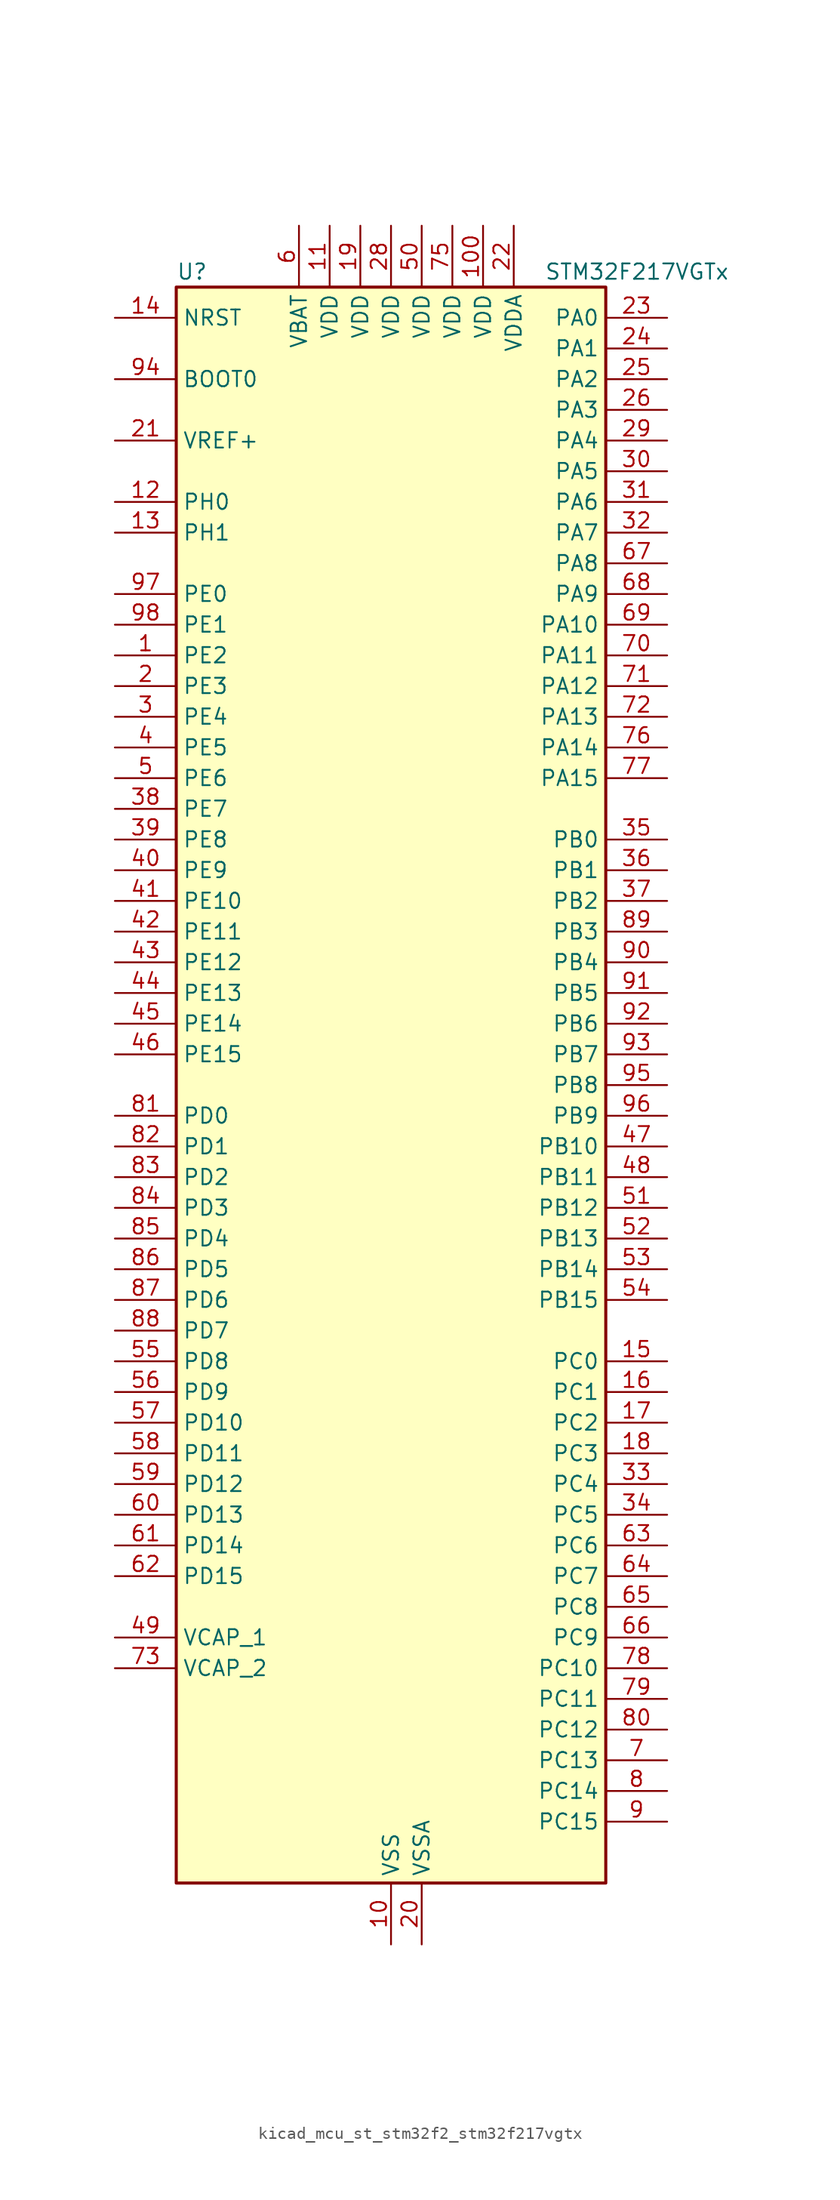
<source format=kicad_sym>
(kicad_symbol_lib
  (version 20220914)
  (generator kicad_symbol_editor)
  (symbol "kicad_mcu_st_stm32f2_stm32f217vgtx"
    (property "Reference" "U"
      (at -17.78 67.31 0)
      (effects (font (size 1.27 1.27)) (justify left)))
    (property "Value" "STM32F217VGTx"
      (at 12.7 67.31 0)
      (effects (font (size 1.27 1.27)) (justify left)))
    (property "ki_locked" ""
      (at 0 0 0)
      (effects (font (size 1.27 1.27))))
    (symbol "kicad_mcu_st_stm32f2_stm32f217vgtx_0_1"
      (rectangle (start -17.78 -66.04) (end 17.78 66.04) (stroke (width 0.254) (type default)) (fill (type background))))
    (symbol "kicad_mcu_st_stm32f2_stm32f217vgtx_1_1"
      (pin bidirectional line (at -22.86 35.56 0) (length 5.08) (name "PE2" (effects (font (size 1.27 1.27)))) (number "1" (effects (font (size 1.27 1.27)))) (alternate "ETH_TXD3" bidirectional line) (alternate "FSMC_A23" bidirectional line) (alternate "SYS_TRACECLK" bidirectional line))
      (pin power_in line (at 0 -71.12 90) (length 5.08) (name "VSS" (effects (font (size 1.27 1.27)))) (number "10" (effects (font (size 1.27 1.27)))))
      (pin power_in line (at 7.62 71.12 270) (length 5.08) (name "VDD" (effects (font (size 1.27 1.27)))) (number "100" (effects (font (size 1.27 1.27)))))
      (pin power_in line (at -5.08 71.12 270) (length 5.08) (name "VDD" (effects (font (size 1.27 1.27)))) (number "11" (effects (font (size 1.27 1.27)))))
      (pin bidirectional line (at -22.86 48.26 0) (length 5.08) (name "PH0" (effects (font (size 1.27 1.27)))) (number "12" (effects (font (size 1.27 1.27)))) (alternate "RCC_OSC_IN" bidirectional line))
      (pin bidirectional line (at -22.86 45.72 0) (length 5.08) (name "PH1" (effects (font (size 1.27 1.27)))) (number "13" (effects (font (size 1.27 1.27)))) (alternate "RCC_OSC_OUT" bidirectional line))
      (pin input line (at -22.86 63.5 0) (length 5.08) (name "NRST" (effects (font (size 1.27 1.27)))) (number "14" (effects (font (size 1.27 1.27)))))
      (pin bidirectional line (at 22.86 -22.86 180) (length 5.08) (name "PC0" (effects (font (size 1.27 1.27)))) (number "15" (effects (font (size 1.27 1.27)))) (alternate "ADC1_IN10" bidirectional line) (alternate "ADC2_IN10" bidirectional line) (alternate "ADC3_IN10" bidirectional line) (alternate "USB_OTG_HS_ULPI_STP" bidirectional line))
      (pin bidirectional line (at 22.86 -25.4 180) (length 5.08) (name "PC1" (effects (font (size 1.27 1.27)))) (number "16" (effects (font (size 1.27 1.27)))) (alternate "ADC1_IN11" bidirectional line) (alternate "ADC2_IN11" bidirectional line) (alternate "ADC3_IN11" bidirectional line) (alternate "ETH_MDC" bidirectional line))
      (pin bidirectional line (at 22.86 -27.94 180) (length 5.08) (name "PC2" (effects (font (size 1.27 1.27)))) (number "17" (effects (font (size 1.27 1.27)))) (alternate "ADC1_IN12" bidirectional line) (alternate "ADC2_IN12" bidirectional line) (alternate "ADC3_IN12" bidirectional line) (alternate "ETH_TXD2" bidirectional line) (alternate "SPI2_MISO" bidirectional line) (alternate "USB_OTG_HS_ULPI_DIR" bidirectional line))
      (pin bidirectional line (at 22.86 -30.48 180) (length 5.08) (name "PC3" (effects (font (size 1.27 1.27)))) (number "18" (effects (font (size 1.27 1.27)))) (alternate "ADC1_IN13" bidirectional line) (alternate "ADC2_IN13" bidirectional line) (alternate "ADC3_IN13" bidirectional line) (alternate "ETH_TX_CLK" bidirectional line) (alternate "I2S2_SD" bidirectional line) (alternate "SPI2_MOSI" bidirectional line) (alternate "USB_OTG_HS_ULPI_NXT" bidirectional line))
      (pin power_in line (at -2.54 71.12 270) (length 5.08) (name "VDD" (effects (font (size 1.27 1.27)))) (number "19" (effects (font (size 1.27 1.27)))))
      (pin bidirectional line (at -22.86 33.02 0) (length 5.08) (name "PE3" (effects (font (size 1.27 1.27)))) (number "2" (effects (font (size 1.27 1.27)))) (alternate "FSMC_A19" bidirectional line) (alternate "SYS_TRACED0" bidirectional line))
      (pin power_in line (at 2.54 -71.12 90) (length 5.08) (name "VSSA" (effects (font (size 1.27 1.27)))) (number "20" (effects (font (size 1.27 1.27)))))
      (pin input line (at -22.86 53.34 0) (length 5.08) (name "VREF+" (effects (font (size 1.27 1.27)))) (number "21" (effects (font (size 1.27 1.27)))))
      (pin power_in line (at 10.16 71.12 270) (length 5.08) (name "VDDA" (effects (font (size 1.27 1.27)))) (number "22" (effects (font (size 1.27 1.27)))))
      (pin bidirectional line (at 22.86 63.5 180) (length 5.08) (name "PA0" (effects (font (size 1.27 1.27)))) (number "23" (effects (font (size 1.27 1.27)))) (alternate "ADC1_IN0" bidirectional line) (alternate "ADC2_IN0" bidirectional line) (alternate "ADC3_IN0" bidirectional line) (alternate "ETH_CRS" bidirectional line) (alternate "SYS_WKUP" bidirectional line) (alternate "TIM2_CH1" bidirectional line) (alternate "TIM2_ETR" bidirectional line) (alternate "TIM5_CH1" bidirectional line) (alternate "TIM8_ETR" bidirectional line) (alternate "UART4_TX" bidirectional line) (alternate "USART2_CTS" bidirectional line))
      (pin bidirectional line (at 22.86 60.96 180) (length 5.08) (name "PA1" (effects (font (size 1.27 1.27)))) (number "24" (effects (font (size 1.27 1.27)))) (alternate "ADC1_IN1" bidirectional line) (alternate "ADC2_IN1" bidirectional line) (alternate "ADC3_IN1" bidirectional line) (alternate "ETH_REF_CLK" bidirectional line) (alternate "ETH_RX_CLK" bidirectional line) (alternate "TIM2_CH2" bidirectional line) (alternate "TIM5_CH2" bidirectional line) (alternate "UART4_RX" bidirectional line) (alternate "USART2_RTS" bidirectional line))
      (pin bidirectional line (at 22.86 58.42 180) (length 5.08) (name "PA2" (effects (font (size 1.27 1.27)))) (number "25" (effects (font (size 1.27 1.27)))) (alternate "ADC1_IN2" bidirectional line) (alternate "ADC2_IN2" bidirectional line) (alternate "ADC3_IN2" bidirectional line) (alternate "ETH_MDIO" bidirectional line) (alternate "TIM2_CH3" bidirectional line) (alternate "TIM5_CH3" bidirectional line) (alternate "TIM9_CH1" bidirectional line) (alternate "USART2_TX" bidirectional line))
      (pin bidirectional line (at 22.86 55.88 180) (length 5.08) (name "PA3" (effects (font (size 1.27 1.27)))) (number "26" (effects (font (size 1.27 1.27)))) (alternate "ADC1_IN3" bidirectional line) (alternate "ADC2_IN3" bidirectional line) (alternate "ADC3_IN3" bidirectional line) (alternate "ETH_COL" bidirectional line) (alternate "TIM2_CH4" bidirectional line) (alternate "TIM5_CH4" bidirectional line) (alternate "TIM9_CH2" bidirectional line) (alternate "USART2_RX" bidirectional line) (alternate "USB_OTG_HS_ULPI_D0" bidirectional line))
      (pin passive line (at 0 -71.12 90) (length 5.08) hide (name "VSS" (effects (font (size 1.27 1.27)))) (number "27" (effects (font (size 1.27 1.27)))))
      (pin power_in line (at 0 71.12 270) (length 5.08) (name "VDD" (effects (font (size 1.27 1.27)))) (number "28" (effects (font (size 1.27 1.27)))))
      (pin bidirectional line (at 22.86 53.34 180) (length 5.08) (name "PA4" (effects (font (size 1.27 1.27)))) (number "29" (effects (font (size 1.27 1.27)))) (alternate "ADC1_IN4" bidirectional line) (alternate "ADC2_IN4" bidirectional line) (alternate "DAC_OUT1" bidirectional line) (alternate "DCMI_HSYNC" bidirectional line) (alternate "I2S3_WS" bidirectional line) (alternate "SPI1_NSS" bidirectional line) (alternate "SPI3_NSS" bidirectional line) (alternate "USART2_CK" bidirectional line) (alternate "USB_OTG_HS_SOF" bidirectional line))
      (pin bidirectional line (at -22.86 30.48 0) (length 5.08) (name "PE4" (effects (font (size 1.27 1.27)))) (number "3" (effects (font (size 1.27 1.27)))) (alternate "DCMI_D4" bidirectional line) (alternate "FSMC_A20" bidirectional line) (alternate "SYS_TRACED1" bidirectional line))
      (pin bidirectional line (at 22.86 50.8 180) (length 5.08) (name "PA5" (effects (font (size 1.27 1.27)))) (number "30" (effects (font (size 1.27 1.27)))) (alternate "ADC1_IN5" bidirectional line) (alternate "ADC2_IN5" bidirectional line) (alternate "DAC_OUT2" bidirectional line) (alternate "SPI1_SCK" bidirectional line) (alternate "TIM2_CH1" bidirectional line) (alternate "TIM2_ETR" bidirectional line) (alternate "TIM8_CH1N" bidirectional line) (alternate "USB_OTG_HS_ULPI_CK" bidirectional line))
      (pin bidirectional line (at 22.86 48.26 180) (length 5.08) (name "PA6" (effects (font (size 1.27 1.27)))) (number "31" (effects (font (size 1.27 1.27)))) (alternate "ADC1_IN6" bidirectional line) (alternate "ADC2_IN6" bidirectional line) (alternate "DCMI_PIXCLK" bidirectional line) (alternate "SPI1_MISO" bidirectional line) (alternate "TIM13_CH1" bidirectional line) (alternate "TIM1_BKIN" bidirectional line) (alternate "TIM3_CH1" bidirectional line) (alternate "TIM8_BKIN" bidirectional line))
      (pin bidirectional line (at 22.86 45.72 180) (length 5.08) (name "PA7" (effects (font (size 1.27 1.27)))) (number "32" (effects (font (size 1.27 1.27)))) (alternate "ADC1_IN7" bidirectional line) (alternate "ADC2_IN7" bidirectional line) (alternate "ETH_CRS_DV" bidirectional line) (alternate "ETH_RX_DV" bidirectional line) (alternate "SPI1_MOSI" bidirectional line) (alternate "TIM14_CH1" bidirectional line) (alternate "TIM1_CH1N" bidirectional line) (alternate "TIM3_CH2" bidirectional line) (alternate "TIM8_CH1N" bidirectional line))
      (pin bidirectional line (at 22.86 -33.02 180) (length 5.08) (name "PC4" (effects (font (size 1.27 1.27)))) (number "33" (effects (font (size 1.27 1.27)))) (alternate "ADC1_IN14" bidirectional line) (alternate "ADC2_IN14" bidirectional line) (alternate "ETH_RXD0" bidirectional line))
      (pin bidirectional line (at 22.86 -35.56 180) (length 5.08) (name "PC5" (effects (font (size 1.27 1.27)))) (number "34" (effects (font (size 1.27 1.27)))) (alternate "ADC1_IN15" bidirectional line) (alternate "ADC2_IN15" bidirectional line) (alternate "ETH_RXD1" bidirectional line))
      (pin bidirectional line (at 22.86 20.32 180) (length 5.08) (name "PB0" (effects (font (size 1.27 1.27)))) (number "35" (effects (font (size 1.27 1.27)))) (alternate "ADC1_IN8" bidirectional line) (alternate "ADC2_IN8" bidirectional line) (alternate "ETH_RXD2" bidirectional line) (alternate "TIM1_CH2N" bidirectional line) (alternate "TIM3_CH3" bidirectional line) (alternate "TIM8_CH2N" bidirectional line) (alternate "USB_OTG_HS_ULPI_D1" bidirectional line))
      (pin bidirectional line (at 22.86 17.78 180) (length 5.08) (name "PB1" (effects (font (size 1.27 1.27)))) (number "36" (effects (font (size 1.27 1.27)))) (alternate "ADC1_IN9" bidirectional line) (alternate "ADC2_IN9" bidirectional line) (alternate "ETH_RXD3" bidirectional line) (alternate "TIM1_CH3N" bidirectional line) (alternate "TIM3_CH4" bidirectional line) (alternate "TIM8_CH3N" bidirectional line) (alternate "USB_OTG_HS_ULPI_D2" bidirectional line))
      (pin bidirectional line (at 22.86 15.24 180) (length 5.08) (name "PB2" (effects (font (size 1.27 1.27)))) (number "37" (effects (font (size 1.27 1.27)))))
      (pin bidirectional line (at -22.86 22.86 0) (length 5.08) (name "PE7" (effects (font (size 1.27 1.27)))) (number "38" (effects (font (size 1.27 1.27)))) (alternate "FSMC_D4" bidirectional line) (alternate "FSMC_DA4" bidirectional line) (alternate "TIM1_ETR" bidirectional line))
      (pin bidirectional line (at -22.86 20.32 0) (length 5.08) (name "PE8" (effects (font (size 1.27 1.27)))) (number "39" (effects (font (size 1.27 1.27)))) (alternate "FSMC_D5" bidirectional line) (alternate "FSMC_DA5" bidirectional line) (alternate "TIM1_CH1N" bidirectional line))
      (pin bidirectional line (at -22.86 27.94 0) (length 5.08) (name "PE5" (effects (font (size 1.27 1.27)))) (number "4" (effects (font (size 1.27 1.27)))) (alternate "DCMI_D6" bidirectional line) (alternate "FSMC_A21" bidirectional line) (alternate "SYS_TRACED2" bidirectional line) (alternate "TIM9_CH1" bidirectional line))
      (pin bidirectional line (at -22.86 17.78 0) (length 5.08) (name "PE9" (effects (font (size 1.27 1.27)))) (number "40" (effects (font (size 1.27 1.27)))) (alternate "DAC_EXTI9" bidirectional line) (alternate "FSMC_D6" bidirectional line) (alternate "FSMC_DA6" bidirectional line) (alternate "TIM1_CH1" bidirectional line))
      (pin bidirectional line (at -22.86 15.24 0) (length 5.08) (name "PE10" (effects (font (size 1.27 1.27)))) (number "41" (effects (font (size 1.27 1.27)))) (alternate "FSMC_D7" bidirectional line) (alternate "FSMC_DA7" bidirectional line) (alternate "TIM1_CH2N" bidirectional line))
      (pin bidirectional line (at -22.86 12.7 0) (length 5.08) (name "PE11" (effects (font (size 1.27 1.27)))) (number "42" (effects (font (size 1.27 1.27)))) (alternate "ADC1_EXTI11" bidirectional line) (alternate "ADC2_EXTI11" bidirectional line) (alternate "ADC3_EXTI11" bidirectional line) (alternate "FSMC_D8" bidirectional line) (alternate "FSMC_DA8" bidirectional line) (alternate "TIM1_CH2" bidirectional line))
      (pin bidirectional line (at -22.86 10.16 0) (length 5.08) (name "PE12" (effects (font (size 1.27 1.27)))) (number "43" (effects (font (size 1.27 1.27)))) (alternate "FSMC_D9" bidirectional line) (alternate "FSMC_DA9" bidirectional line) (alternate "TIM1_CH3N" bidirectional line))
      (pin bidirectional line (at -22.86 7.62 0) (length 5.08) (name "PE13" (effects (font (size 1.27 1.27)))) (number "44" (effects (font (size 1.27 1.27)))) (alternate "FSMC_D10" bidirectional line) (alternate "FSMC_DA10" bidirectional line) (alternate "TIM1_CH3" bidirectional line))
      (pin bidirectional line (at -22.86 5.08 0) (length 5.08) (name "PE14" (effects (font (size 1.27 1.27)))) (number "45" (effects (font (size 1.27 1.27)))) (alternate "FSMC_D11" bidirectional line) (alternate "FSMC_DA11" bidirectional line) (alternate "TIM1_CH4" bidirectional line))
      (pin bidirectional line (at -22.86 2.54 0) (length 5.08) (name "PE15" (effects (font (size 1.27 1.27)))) (number "46" (effects (font (size 1.27 1.27)))) (alternate "ADC1_EXTI15" bidirectional line) (alternate "ADC2_EXTI15" bidirectional line) (alternate "ADC3_EXTI15" bidirectional line) (alternate "FSMC_D12" bidirectional line) (alternate "FSMC_DA12" bidirectional line) (alternate "TIM1_BKIN" bidirectional line))
      (pin bidirectional line (at 22.86 -5.08 180) (length 5.08) (name "PB10" (effects (font (size 1.27 1.27)))) (number "47" (effects (font (size 1.27 1.27)))) (alternate "ETH_RX_ER" bidirectional line) (alternate "I2C2_SCL" bidirectional line) (alternate "I2S2_SCK" bidirectional line) (alternate "SPI2_SCK" bidirectional line) (alternate "TIM2_CH3" bidirectional line) (alternate "USART3_TX" bidirectional line) (alternate "USB_OTG_HS_ULPI_D3" bidirectional line))
      (pin bidirectional line (at 22.86 -7.62 180) (length 5.08) (name "PB11" (effects (font (size 1.27 1.27)))) (number "48" (effects (font (size 1.27 1.27)))) (alternate "ADC1_EXTI11" bidirectional line) (alternate "ADC2_EXTI11" bidirectional line) (alternate "ADC3_EXTI11" bidirectional line) (alternate "ETH_TX_EN" bidirectional line) (alternate "I2C2_SDA" bidirectional line) (alternate "TIM2_CH4" bidirectional line) (alternate "USART3_RX" bidirectional line) (alternate "USB_OTG_HS_ULPI_D4" bidirectional line))
      (pin power_out line (at -22.86 -45.72 0) (length 5.08) (name "VCAP_1" (effects (font (size 1.27 1.27)))) (number "49" (effects (font (size 1.27 1.27)))))
      (pin bidirectional line (at -22.86 25.4 0) (length 5.08) (name "PE6" (effects (font (size 1.27 1.27)))) (number "5" (effects (font (size 1.27 1.27)))) (alternate "DCMI_D7" bidirectional line) (alternate "FSMC_A22" bidirectional line) (alternate "SYS_TRACED3" bidirectional line) (alternate "TIM9_CH2" bidirectional line))
      (pin power_in line (at 2.54 71.12 270) (length 5.08) (name "VDD" (effects (font (size 1.27 1.27)))) (number "50" (effects (font (size 1.27 1.27)))))
      (pin bidirectional line (at 22.86 -10.16 180) (length 5.08) (name "PB12" (effects (font (size 1.27 1.27)))) (number "51" (effects (font (size 1.27 1.27)))) (alternate "CAN2_RX" bidirectional line) (alternate "ETH_TXD0" bidirectional line) (alternate "I2C2_SMBA" bidirectional line) (alternate "I2S2_WS" bidirectional line) (alternate "SPI2_NSS" bidirectional line) (alternate "TIM1_BKIN" bidirectional line) (alternate "USART3_CK" bidirectional line) (alternate "USB_OTG_HS_ID" bidirectional line) (alternate "USB_OTG_HS_ULPI_D5" bidirectional line))
      (pin bidirectional line (at 22.86 -12.7 180) (length 5.08) (name "PB13" (effects (font (size 1.27 1.27)))) (number "52" (effects (font (size 1.27 1.27)))) (alternate "CAN2_TX" bidirectional line) (alternate "ETH_TXD1" bidirectional line) (alternate "I2S2_SCK" bidirectional line) (alternate "SPI2_SCK" bidirectional line) (alternate "TIM1_CH1N" bidirectional line) (alternate "USART3_CTS" bidirectional line) (alternate "USB_OTG_HS_ULPI_D6" bidirectional line) (alternate "USB_OTG_HS_VBUS" bidirectional line))
      (pin bidirectional line (at 22.86 -15.24 180) (length 5.08) (name "PB14" (effects (font (size 1.27 1.27)))) (number "53" (effects (font (size 1.27 1.27)))) (alternate "SPI2_MISO" bidirectional line) (alternate "TIM12_CH1" bidirectional line) (alternate "TIM1_CH2N" bidirectional line) (alternate "TIM8_CH2N" bidirectional line) (alternate "USART3_RTS" bidirectional line) (alternate "USB_OTG_HS_DM" bidirectional line))
      (pin bidirectional line (at 22.86 -17.78 180) (length 5.08) (name "PB15" (effects (font (size 1.27 1.27)))) (number "54" (effects (font (size 1.27 1.27)))) (alternate "ADC1_EXTI15" bidirectional line) (alternate "ADC2_EXTI15" bidirectional line) (alternate "ADC3_EXTI15" bidirectional line) (alternate "I2S2_SD" bidirectional line) (alternate "RTC_REFIN" bidirectional line) (alternate "SPI2_MOSI" bidirectional line) (alternate "TIM12_CH2" bidirectional line) (alternate "TIM1_CH3N" bidirectional line) (alternate "TIM8_CH3N" bidirectional line) (alternate "USB_OTG_HS_DP" bidirectional line))
      (pin bidirectional line (at -22.86 -22.86 0) (length 5.08) (name "PD8" (effects (font (size 1.27 1.27)))) (number "55" (effects (font (size 1.27 1.27)))) (alternate "FSMC_D13" bidirectional line) (alternate "FSMC_DA13" bidirectional line) (alternate "USART3_TX" bidirectional line))
      (pin bidirectional line (at -22.86 -25.4 0) (length 5.08) (name "PD9" (effects (font (size 1.27 1.27)))) (number "56" (effects (font (size 1.27 1.27)))) (alternate "DAC_EXTI9" bidirectional line) (alternate "FSMC_D14" bidirectional line) (alternate "FSMC_DA14" bidirectional line) (alternate "USART3_RX" bidirectional line))
      (pin bidirectional line (at -22.86 -27.94 0) (length 5.08) (name "PD10" (effects (font (size 1.27 1.27)))) (number "57" (effects (font (size 1.27 1.27)))) (alternate "FSMC_D15" bidirectional line) (alternate "FSMC_DA15" bidirectional line) (alternate "USART3_CK" bidirectional line))
      (pin bidirectional line (at -22.86 -30.48 0) (length 5.08) (name "PD11" (effects (font (size 1.27 1.27)))) (number "58" (effects (font (size 1.27 1.27)))) (alternate "ADC1_EXTI11" bidirectional line) (alternate "ADC2_EXTI11" bidirectional line) (alternate "ADC3_EXTI11" bidirectional line) (alternate "FSMC_A16" bidirectional line) (alternate "FSMC_CLE" bidirectional line) (alternate "USART3_CTS" bidirectional line))
      (pin bidirectional line (at -22.86 -33.02 0) (length 5.08) (name "PD12" (effects (font (size 1.27 1.27)))) (number "59" (effects (font (size 1.27 1.27)))) (alternate "FSMC_A17" bidirectional line) (alternate "FSMC_ALE" bidirectional line) (alternate "TIM4_CH1" bidirectional line) (alternate "USART3_RTS" bidirectional line))
      (pin power_in line (at -7.62 71.12 270) (length 5.08) (name "VBAT" (effects (font (size 1.27 1.27)))) (number "6" (effects (font (size 1.27 1.27)))))
      (pin bidirectional line (at -22.86 -35.56 0) (length 5.08) (name "PD13" (effects (font (size 1.27 1.27)))) (number "60" (effects (font (size 1.27 1.27)))) (alternate "FSMC_A18" bidirectional line) (alternate "TIM4_CH2" bidirectional line))
      (pin bidirectional line (at -22.86 -38.1 0) (length 5.08) (name "PD14" (effects (font (size 1.27 1.27)))) (number "61" (effects (font (size 1.27 1.27)))) (alternate "FSMC_D0" bidirectional line) (alternate "FSMC_DA0" bidirectional line) (alternate "TIM4_CH3" bidirectional line))
      (pin bidirectional line (at -22.86 -40.64 0) (length 5.08) (name "PD15" (effects (font (size 1.27 1.27)))) (number "62" (effects (font (size 1.27 1.27)))) (alternate "ADC1_EXTI15" bidirectional line) (alternate "ADC2_EXTI15" bidirectional line) (alternate "ADC3_EXTI15" bidirectional line) (alternate "FSMC_D1" bidirectional line) (alternate "FSMC_DA1" bidirectional line) (alternate "TIM4_CH4" bidirectional line))
      (pin bidirectional line (at 22.86 -38.1 180) (length 5.08) (name "PC6" (effects (font (size 1.27 1.27)))) (number "63" (effects (font (size 1.27 1.27)))) (alternate "DCMI_D0" bidirectional line) (alternate "I2S2_MCK" bidirectional line) (alternate "SDIO_D6" bidirectional line) (alternate "TIM3_CH1" bidirectional line) (alternate "TIM8_CH1" bidirectional line) (alternate "USART6_TX" bidirectional line))
      (pin bidirectional line (at 22.86 -40.64 180) (length 5.08) (name "PC7" (effects (font (size 1.27 1.27)))) (number "64" (effects (font (size 1.27 1.27)))) (alternate "DCMI_D1" bidirectional line) (alternate "I2S3_MCK" bidirectional line) (alternate "SDIO_D7" bidirectional line) (alternate "TIM3_CH2" bidirectional line) (alternate "TIM8_CH2" bidirectional line) (alternate "USART6_RX" bidirectional line))
      (pin bidirectional line (at 22.86 -43.18 180) (length 5.08) (name "PC8" (effects (font (size 1.27 1.27)))) (number "65" (effects (font (size 1.27 1.27)))) (alternate "DCMI_D2" bidirectional line) (alternate "SDIO_D0" bidirectional line) (alternate "TIM3_CH3" bidirectional line) (alternate "TIM8_CH3" bidirectional line) (alternate "USART6_CK" bidirectional line))
      (pin bidirectional line (at 22.86 -45.72 180) (length 5.08) (name "PC9" (effects (font (size 1.27 1.27)))) (number "66" (effects (font (size 1.27 1.27)))) (alternate "DAC_EXTI9" bidirectional line) (alternate "DCMI_D3" bidirectional line) (alternate "I2C3_SDA" bidirectional line) (alternate "I2S_CKIN" bidirectional line) (alternate "RCC_MCO_2" bidirectional line) (alternate "SDIO_D1" bidirectional line) (alternate "TIM3_CH4" bidirectional line) (alternate "TIM8_CH4" bidirectional line))
      (pin bidirectional line (at 22.86 43.18 180) (length 5.08) (name "PA8" (effects (font (size 1.27 1.27)))) (number "67" (effects (font (size 1.27 1.27)))) (alternate "I2C3_SCL" bidirectional line) (alternate "RCC_MCO_1" bidirectional line) (alternate "TIM1_CH1" bidirectional line) (alternate "USART1_CK" bidirectional line) (alternate "USB_OTG_FS_SOF" bidirectional line))
      (pin bidirectional line (at 22.86 40.64 180) (length 5.08) (name "PA9" (effects (font (size 1.27 1.27)))) (number "68" (effects (font (size 1.27 1.27)))) (alternate "DAC_EXTI9" bidirectional line) (alternate "DCMI_D0" bidirectional line) (alternate "I2C3_SMBA" bidirectional line) (alternate "TIM1_CH2" bidirectional line) (alternate "USART1_TX" bidirectional line) (alternate "USB_OTG_FS_VBUS" bidirectional line))
      (pin bidirectional line (at 22.86 38.1 180) (length 5.08) (name "PA10" (effects (font (size 1.27 1.27)))) (number "69" (effects (font (size 1.27 1.27)))) (alternate "DCMI_D1" bidirectional line) (alternate "TIM1_CH3" bidirectional line) (alternate "USART1_RX" bidirectional line) (alternate "USB_OTG_FS_ID" bidirectional line))
      (pin bidirectional line (at 22.86 -55.88 180) (length 5.08) (name "PC13" (effects (font (size 1.27 1.27)))) (number "7" (effects (font (size 1.27 1.27)))) (alternate "RTC_AF1" bidirectional line))
      (pin bidirectional line (at 22.86 35.56 180) (length 5.08) (name "PA11" (effects (font (size 1.27 1.27)))) (number "70" (effects (font (size 1.27 1.27)))) (alternate "ADC1_EXTI11" bidirectional line) (alternate "ADC2_EXTI11" bidirectional line) (alternate "ADC3_EXTI11" bidirectional line) (alternate "CAN1_RX" bidirectional line) (alternate "TIM1_CH4" bidirectional line) (alternate "USART1_CTS" bidirectional line) (alternate "USB_OTG_FS_DM" bidirectional line))
      (pin bidirectional line (at 22.86 33.02 180) (length 5.08) (name "PA12" (effects (font (size 1.27 1.27)))) (number "71" (effects (font (size 1.27 1.27)))) (alternate "CAN1_TX" bidirectional line) (alternate "TIM1_ETR" bidirectional line) (alternate "USART1_RTS" bidirectional line) (alternate "USB_OTG_FS_DP" bidirectional line))
      (pin bidirectional line (at 22.86 30.48 180) (length 5.08) (name "PA13" (effects (font (size 1.27 1.27)))) (number "72" (effects (font (size 1.27 1.27)))) (alternate "SYS_JTMS-SWDIO" bidirectional line))
      (pin power_out line (at -22.86 -48.26 0) (length 5.08) (name "VCAP_2" (effects (font (size 1.27 1.27)))) (number "73" (effects (font (size 1.27 1.27)))))
      (pin passive line (at 0 -71.12 90) (length 5.08) hide (name "VSS" (effects (font (size 1.27 1.27)))) (number "74" (effects (font (size 1.27 1.27)))))
      (pin power_in line (at 5.08 71.12 270) (length 5.08) (name "VDD" (effects (font (size 1.27 1.27)))) (number "75" (effects (font (size 1.27 1.27)))))
      (pin bidirectional line (at 22.86 27.94 180) (length 5.08) (name "PA14" (effects (font (size 1.27 1.27)))) (number "76" (effects (font (size 1.27 1.27)))) (alternate "SYS_JTCK-SWCLK" bidirectional line))
      (pin bidirectional line (at 22.86 25.4 180) (length 5.08) (name "PA15" (effects (font (size 1.27 1.27)))) (number "77" (effects (font (size 1.27 1.27)))) (alternate "ADC1_EXTI15" bidirectional line) (alternate "ADC2_EXTI15" bidirectional line) (alternate "ADC3_EXTI15" bidirectional line) (alternate "I2S3_WS" bidirectional line) (alternate "SPI1_NSS" bidirectional line) (alternate "SPI3_NSS" bidirectional line) (alternate "SYS_JTDI" bidirectional line) (alternate "TIM2_CH1" bidirectional line) (alternate "TIM2_ETR" bidirectional line))
      (pin bidirectional line (at 22.86 -48.26 180) (length 5.08) (name "PC10" (effects (font (size 1.27 1.27)))) (number "78" (effects (font (size 1.27 1.27)))) (alternate "DCMI_D8" bidirectional line) (alternate "I2S3_SCK" bidirectional line) (alternate "SDIO_D2" bidirectional line) (alternate "SPI3_SCK" bidirectional line) (alternate "UART4_TX" bidirectional line) (alternate "USART3_TX" bidirectional line))
      (pin bidirectional line (at 22.86 -50.8 180) (length 5.08) (name "PC11" (effects (font (size 1.27 1.27)))) (number "79" (effects (font (size 1.27 1.27)))) (alternate "ADC1_EXTI11" bidirectional line) (alternate "ADC2_EXTI11" bidirectional line) (alternate "ADC3_EXTI11" bidirectional line) (alternate "DCMI_D4" bidirectional line) (alternate "SDIO_D3" bidirectional line) (alternate "SPI3_MISO" bidirectional line) (alternate "UART4_RX" bidirectional line) (alternate "USART3_RX" bidirectional line))
      (pin bidirectional line (at 22.86 -58.42 180) (length 5.08) (name "PC14" (effects (font (size 1.27 1.27)))) (number "8" (effects (font (size 1.27 1.27)))) (alternate "RCC_OSC32_IN" bidirectional line))
      (pin bidirectional line (at 22.86 -53.34 180) (length 5.08) (name "PC12" (effects (font (size 1.27 1.27)))) (number "80" (effects (font (size 1.27 1.27)))) (alternate "DCMI_D9" bidirectional line) (alternate "I2S3_SD" bidirectional line) (alternate "SDIO_CK" bidirectional line) (alternate "SPI3_MOSI" bidirectional line) (alternate "UART5_TX" bidirectional line) (alternate "USART3_CK" bidirectional line))
      (pin bidirectional line (at -22.86 -2.54 0) (length 5.08) (name "PD0" (effects (font (size 1.27 1.27)))) (number "81" (effects (font (size 1.27 1.27)))) (alternate "CAN1_RX" bidirectional line) (alternate "FSMC_D2" bidirectional line) (alternate "FSMC_DA2" bidirectional line))
      (pin bidirectional line (at -22.86 -5.08 0) (length 5.08) (name "PD1" (effects (font (size 1.27 1.27)))) (number "82" (effects (font (size 1.27 1.27)))) (alternate "CAN1_TX" bidirectional line) (alternate "FSMC_D3" bidirectional line) (alternate "FSMC_DA3" bidirectional line))
      (pin bidirectional line (at -22.86 -7.62 0) (length 5.08) (name "PD2" (effects (font (size 1.27 1.27)))) (number "83" (effects (font (size 1.27 1.27)))) (alternate "DCMI_D11" bidirectional line) (alternate "SDIO_CMD" bidirectional line) (alternate "TIM3_ETR" bidirectional line) (alternate "UART5_RX" bidirectional line))
      (pin bidirectional line (at -22.86 -10.16 0) (length 5.08) (name "PD3" (effects (font (size 1.27 1.27)))) (number "84" (effects (font (size 1.27 1.27)))) (alternate "FSMC_CLK" bidirectional line) (alternate "USART2_CTS" bidirectional line))
      (pin bidirectional line (at -22.86 -12.7 0) (length 5.08) (name "PD4" (effects (font (size 1.27 1.27)))) (number "85" (effects (font (size 1.27 1.27)))) (alternate "FSMC_NOE" bidirectional line) (alternate "USART2_RTS" bidirectional line))
      (pin bidirectional line (at -22.86 -15.24 0) (length 5.08) (name "PD5" (effects (font (size 1.27 1.27)))) (number "86" (effects (font (size 1.27 1.27)))) (alternate "FSMC_NWE" bidirectional line) (alternate "USART2_TX" bidirectional line))
      (pin bidirectional line (at -22.86 -17.78 0) (length 5.08) (name "PD6" (effects (font (size 1.27 1.27)))) (number "87" (effects (font (size 1.27 1.27)))) (alternate "FSMC_NWAIT" bidirectional line) (alternate "USART2_RX" bidirectional line))
      (pin bidirectional line (at -22.86 -20.32 0) (length 5.08) (name "PD7" (effects (font (size 1.27 1.27)))) (number "88" (effects (font (size 1.27 1.27)))) (alternate "FSMC_NCE2" bidirectional line) (alternate "FSMC_NE1" bidirectional line) (alternate "USART2_CK" bidirectional line))
      (pin bidirectional line (at 22.86 12.7 180) (length 5.08) (name "PB3" (effects (font (size 1.27 1.27)))) (number "89" (effects (font (size 1.27 1.27)))) (alternate "I2S3_SCK" bidirectional line) (alternate "SPI1_SCK" bidirectional line) (alternate "SPI3_SCK" bidirectional line) (alternate "SYS_JTDO-SWO" bidirectional line) (alternate "TIM2_CH2" bidirectional line))
      (pin bidirectional line (at 22.86 -60.96 180) (length 5.08) (name "PC15" (effects (font (size 1.27 1.27)))) (number "9" (effects (font (size 1.27 1.27)))) (alternate "ADC1_EXTI15" bidirectional line) (alternate "ADC2_EXTI15" bidirectional line) (alternate "ADC3_EXTI15" bidirectional line) (alternate "RCC_OSC32_OUT" bidirectional line))
      (pin bidirectional line (at 22.86 10.16 180) (length 5.08) (name "PB4" (effects (font (size 1.27 1.27)))) (number "90" (effects (font (size 1.27 1.27)))) (alternate "SPI1_MISO" bidirectional line) (alternate "SPI3_MISO" bidirectional line) (alternate "SYS_JTRST" bidirectional line) (alternate "TIM3_CH1" bidirectional line))
      (pin bidirectional line (at 22.86 7.62 180) (length 5.08) (name "PB5" (effects (font (size 1.27 1.27)))) (number "91" (effects (font (size 1.27 1.27)))) (alternate "CAN2_RX" bidirectional line) (alternate "DCMI_D10" bidirectional line) (alternate "ETH_PPS_OUT" bidirectional line) (alternate "I2C1_SMBA" bidirectional line) (alternate "I2S3_SD" bidirectional line) (alternate "SPI1_MOSI" bidirectional line) (alternate "SPI3_MOSI" bidirectional line) (alternate "TIM3_CH2" bidirectional line) (alternate "USB_OTG_HS_ULPI_D7" bidirectional line))
      (pin bidirectional line (at 22.86 5.08 180) (length 5.08) (name "PB6" (effects (font (size 1.27 1.27)))) (number "92" (effects (font (size 1.27 1.27)))) (alternate "CAN2_TX" bidirectional line) (alternate "DCMI_D5" bidirectional line) (alternate "I2C1_SCL" bidirectional line) (alternate "TIM4_CH1" bidirectional line) (alternate "USART1_TX" bidirectional line))
      (pin bidirectional line (at 22.86 2.54 180) (length 5.08) (name "PB7" (effects (font (size 1.27 1.27)))) (number "93" (effects (font (size 1.27 1.27)))) (alternate "DCMI_VSYNC" bidirectional line) (alternate "FSMC_NL" bidirectional line) (alternate "I2C1_SDA" bidirectional line) (alternate "TIM4_CH2" bidirectional line) (alternate "USART1_RX" bidirectional line))
      (pin input line (at -22.86 58.42 0) (length 5.08) (name "BOOT0" (effects (font (size 1.27 1.27)))) (number "94" (effects (font (size 1.27 1.27)))))
      (pin bidirectional line (at 22.86 0 180) (length 5.08) (name "PB8" (effects (font (size 1.27 1.27)))) (number "95" (effects (font (size 1.27 1.27)))) (alternate "CAN1_RX" bidirectional line) (alternate "DCMI_D6" bidirectional line) (alternate "ETH_TXD3" bidirectional line) (alternate "I2C1_SCL" bidirectional line) (alternate "SDIO_D4" bidirectional line) (alternate "TIM10_CH1" bidirectional line) (alternate "TIM4_CH3" bidirectional line))
      (pin bidirectional line (at 22.86 -2.54 180) (length 5.08) (name "PB9" (effects (font (size 1.27 1.27)))) (number "96" (effects (font (size 1.27 1.27)))) (alternate "CAN1_TX" bidirectional line) (alternate "DAC_EXTI9" bidirectional line) (alternate "DCMI_D7" bidirectional line) (alternate "I2C1_SDA" bidirectional line) (alternate "I2S2_WS" bidirectional line) (alternate "SDIO_D5" bidirectional line) (alternate "SPI2_NSS" bidirectional line) (alternate "TIM11_CH1" bidirectional line) (alternate "TIM4_CH4" bidirectional line))
      (pin bidirectional line (at -22.86 40.64 0) (length 5.08) (name "PE0" (effects (font (size 1.27 1.27)))) (number "97" (effects (font (size 1.27 1.27)))) (alternate "DCMI_D2" bidirectional line) (alternate "FSMC_NBL0" bidirectional line) (alternate "TIM4_ETR" bidirectional line))
      (pin bidirectional line (at -22.86 38.1 0) (length 5.08) (name "PE1" (effects (font (size 1.27 1.27)))) (number "98" (effects (font (size 1.27 1.27)))) (alternate "DCMI_D3" bidirectional line) (alternate "FSMC_NBL1" bidirectional line))
      (pin no_connect line (at -17.78 -66.04 0) (length 5.08) hide (name "RFU" (effects (font (size 1.27 1.27)))) (number "99" (effects (font (size 1.27 1.27))))))))
</source>
